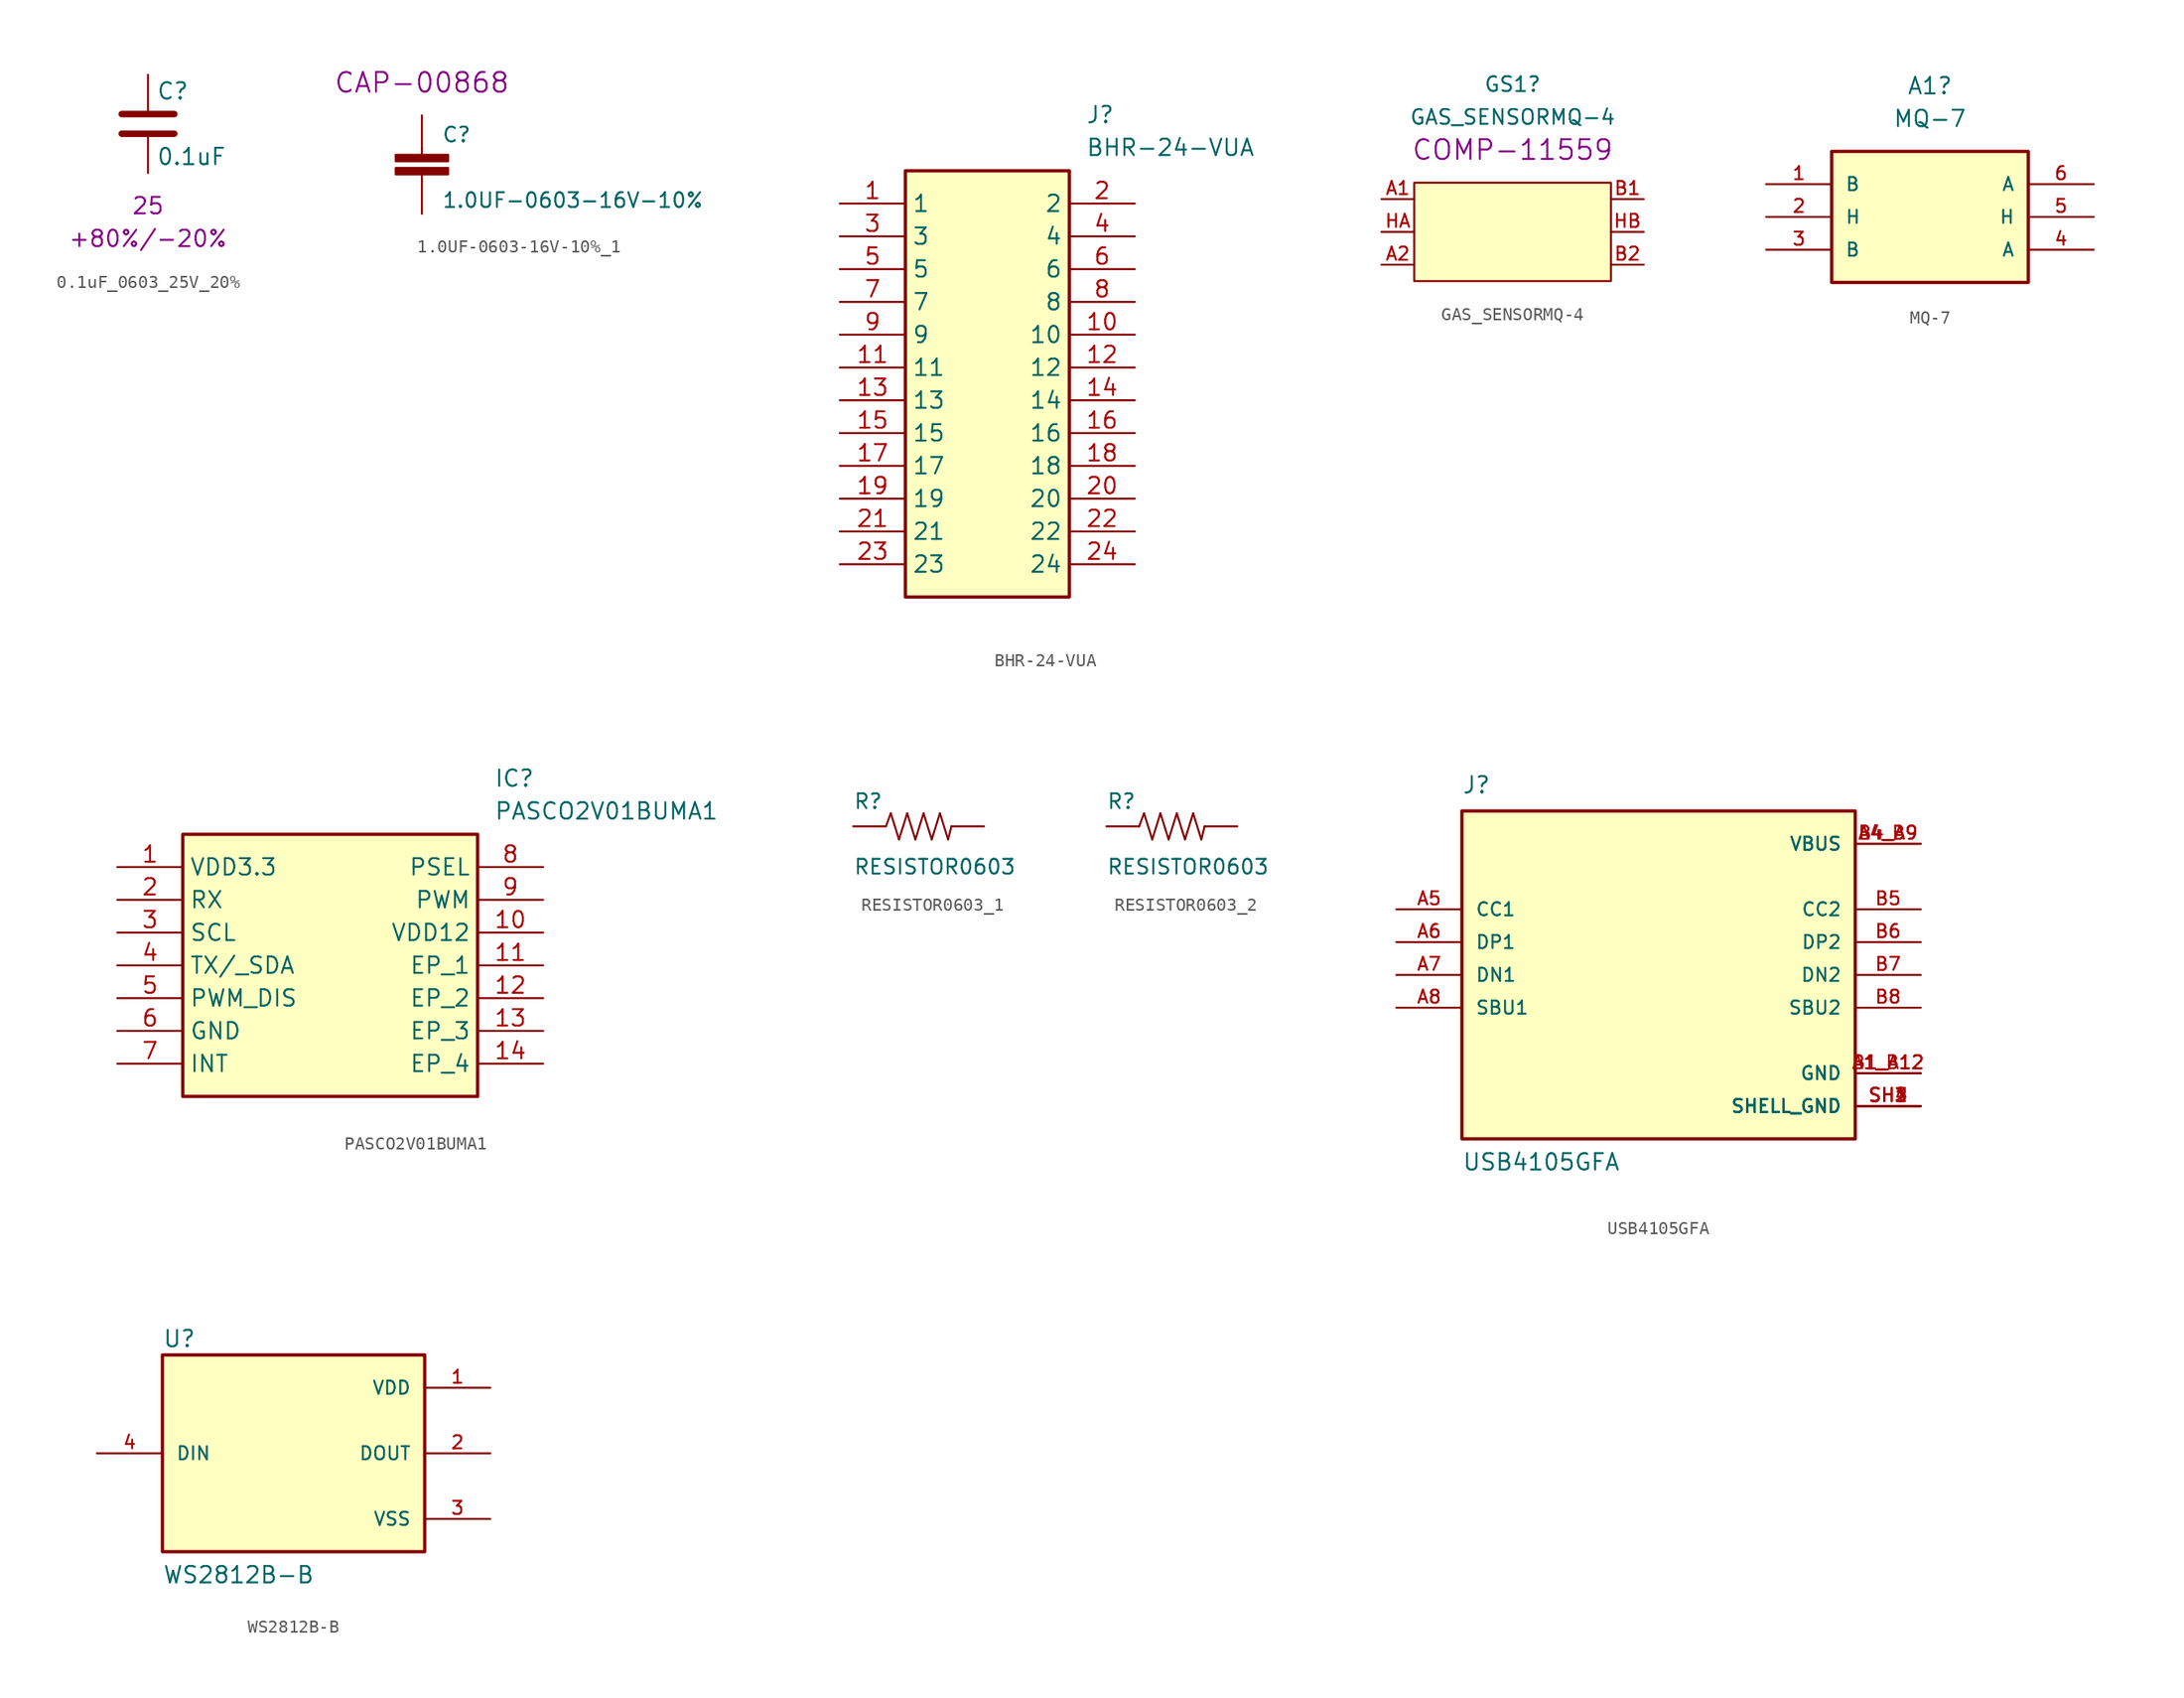
<source format=kicad_sym>
(kicad_symbol_lib
  (version 20220914)
  (generator kicad_symbol_editor)
  (symbol "0.1uF_0603_25V_20%"
    (pin_numbers hide)
    (pin_names
      (offset 0.254))
    (property "Reference" "C"
      (at 0.635 2.54 0)
      (effects (font (size 1.27 1.27)) (justify left)))
    (property "Value" "0.1uF"
      (at 0.635 -2.54 0)
      (effects (font (size 1.27 1.27)) (justify left)))
    (property "Voltage" "25"
      (at 0 -6.35 0)
      (effects (font (size 1.27 1.27))))
    (property "Tolerance" "+80%/-20%"
      (at 0 -8.89 0)
      (effects (font (size 1.27 1.27))))
    (symbol "0.1uF_0603_25V_20%_0_1"
      (polyline (pts (xy -2.032 -0.762) (xy 2.032 -0.762)) (stroke (width 0.508) (type default)) (fill (type none)))
      (polyline (pts (xy -2.032 0.762) (xy 2.032 0.762)) (stroke (width 0.508) (type default)) (fill (type none))))
    (symbol "0.1uF_0603_25V_20%_1_1"
      (pin passive line (at 0 3.81 270) (length 2.794) (name "~" (effects (font (size 1.27 1.27)))) (number "1" (effects (font (size 1.27 1.27)))))
      (pin passive line (at 0 -3.81 90) (length 2.794) (name "~" (effects (font (size 1.27 1.27)))) (number "2" (effects (font (size 1.27 1.27)))))))
  (symbol "1.0UF-0603-16V-10%_1"
    (pin_numbers hide)
    (pin_names
      (offset 1.016) hide)
    (property "Reference" "C"
      (at 1.524 2.921 0)
      (effects (font (size 1.143 1.143)) (justify left bottom)))
    (property "Value" "1.0UF-0603-16V-10%"
      (at 1.524 -2.159 0)
      (effects (font (size 1.143 1.143)) (justify left bottom)))
    (property "Field4" "CAP-00868"
      (at 0 7.62 0)
      (effects (font (size 1.524 1.524))))
    (property "ki_locked" ""
      (at 0 0 0)
      (effects (font (size 1.27 1.27))))
    (symbol "1.0UF-0603-16V-10%_1_1_0"
      (polyline (pts (xy 0 0) (xy 0 0.508)) (stroke (width 0) (type solid)) (fill (type none)))
      (polyline (pts (xy 0 2.54) (xy 0 2.032)) (stroke (width 0) (type solid)) (fill (type none))))
    (symbol "1.0UF-0603-16V-10%_1_1_1"
      (rectangle (start -2.032 0.508) (end 2.032 1.016) (stroke (width 0) (type solid)) (fill (type outline)))
      (rectangle (start -2.032 1.524) (end 2.032 2.032) (stroke (width 0) (type solid)) (fill (type outline)))
      (pin passive line (at 0 5.08 270) (length 2.54) (name "1" (effects (font (size 1.016 1.016)))) (number "1" (effects (font (size 1.016 1.016)))))
      (pin passive line (at 0 -2.54 90) (length 2.54) (name "2" (effects (font (size 1.016 1.016)))) (number "2" (effects (font (size 1.016 1.016)))))))
  (symbol "BHR-24-VUA"
    (property "Reference" "J"
      (at 19.05 7.62 0)
      (effects (font (size 1.27 1.27)) (justify left top)))
    (property "Value" "BHR-24-VUA"
      (at 19.05 5.08 0)
      (effects (font (size 1.27 1.27)) (justify left top)))
    (symbol "BHR-24-VUA_1_1"
      (rectangle (start 5.08 2.54) (end 17.78 -30.48) (stroke (width 0.254) (type default)) (fill (type background)))
      (pin passive line (at 0 0 0) (length 5.08) (name "1" (effects (font (size 1.27 1.27)))) (number "1" (effects (font (size 1.27 1.27)))))
      (pin passive line (at 22.86 -10.16 180) (length 5.08) (name "10" (effects (font (size 1.27 1.27)))) (number "10" (effects (font (size 1.27 1.27)))))
      (pin passive line (at 0 -12.7 0) (length 5.08) (name "11" (effects (font (size 1.27 1.27)))) (number "11" (effects (font (size 1.27 1.27)))))
      (pin passive line (at 22.86 -12.7 180) (length 5.08) (name "12" (effects (font (size 1.27 1.27)))) (number "12" (effects (font (size 1.27 1.27)))))
      (pin passive line (at 0 -15.24 0) (length 5.08) (name "13" (effects (font (size 1.27 1.27)))) (number "13" (effects (font (size 1.27 1.27)))))
      (pin passive line (at 22.86 -15.24 180) (length 5.08) (name "14" (effects (font (size 1.27 1.27)))) (number "14" (effects (font (size 1.27 1.27)))))
      (pin passive line (at 0 -17.78 0) (length 5.08) (name "15" (effects (font (size 1.27 1.27)))) (number "15" (effects (font (size 1.27 1.27)))))
      (pin passive line (at 22.86 -17.78 180) (length 5.08) (name "16" (effects (font (size 1.27 1.27)))) (number "16" (effects (font (size 1.27 1.27)))))
      (pin passive line (at 0 -20.32 0) (length 5.08) (name "17" (effects (font (size 1.27 1.27)))) (number "17" (effects (font (size 1.27 1.27)))))
      (pin passive line (at 22.86 -20.32 180) (length 5.08) (name "18" (effects (font (size 1.27 1.27)))) (number "18" (effects (font (size 1.27 1.27)))))
      (pin passive line (at 0 -22.86 0) (length 5.08) (name "19" (effects (font (size 1.27 1.27)))) (number "19" (effects (font (size 1.27 1.27)))))
      (pin passive line (at 22.86 0 180) (length 5.08) (name "2" (effects (font (size 1.27 1.27)))) (number "2" (effects (font (size 1.27 1.27)))))
      (pin passive line (at 22.86 -22.86 180) (length 5.08) (name "20" (effects (font (size 1.27 1.27)))) (number "20" (effects (font (size 1.27 1.27)))))
      (pin passive line (at 0 -25.4 0) (length 5.08) (name "21" (effects (font (size 1.27 1.27)))) (number "21" (effects (font (size 1.27 1.27)))))
      (pin passive line (at 22.86 -25.4 180) (length 5.08) (name "22" (effects (font (size 1.27 1.27)))) (number "22" (effects (font (size 1.27 1.27)))))
      (pin passive line (at 0 -27.94 0) (length 5.08) (name "23" (effects (font (size 1.27 1.27)))) (number "23" (effects (font (size 1.27 1.27)))))
      (pin passive line (at 22.86 -27.94 180) (length 5.08) (name "24" (effects (font (size 1.27 1.27)))) (number "24" (effects (font (size 1.27 1.27)))))
      (pin passive line (at 0 -2.54 0) (length 5.08) (name "3" (effects (font (size 1.27 1.27)))) (number "3" (effects (font (size 1.27 1.27)))))
      (pin passive line (at 22.86 -2.54 180) (length 5.08) (name "4" (effects (font (size 1.27 1.27)))) (number "4" (effects (font (size 1.27 1.27)))))
      (pin passive line (at 0 -5.08 0) (length 5.08) (name "5" (effects (font (size 1.27 1.27)))) (number "5" (effects (font (size 1.27 1.27)))))
      (pin passive line (at 22.86 -5.08 180) (length 5.08) (name "6" (effects (font (size 1.27 1.27)))) (number "6" (effects (font (size 1.27 1.27)))))
      (pin passive line (at 0 -7.62 0) (length 5.08) (name "7" (effects (font (size 1.27 1.27)))) (number "7" (effects (font (size 1.27 1.27)))))
      (pin passive line (at 22.86 -7.62 180) (length 5.08) (name "8" (effects (font (size 1.27 1.27)))) (number "8" (effects (font (size 1.27 1.27)))))
      (pin passive line (at 0 -10.16 0) (length 5.08) (name "9" (effects (font (size 1.27 1.27)))) (number "9" (effects (font (size 1.27 1.27)))))))
  (symbol "GAS_SENSORMQ-4"
    (pin_names
      (offset 1.016) hide)
    (property "Reference" "GS1"
      (at 0 12.7 0)
      (effects (font (size 1.143 1.143))))
    (property "Value" "GAS_SENSORMQ-4"
      (at 0 10.16 0)
      (effects (font (size 1.143 1.143))))
    (property "Field4" "COMP-11559"
      (at 0 7.62 0)
      (effects (font (size 1.524 1.524))))
    (property "ki_locked" ""
      (at 0 0 0)
      (effects (font (size 1.27 1.27))))
    (symbol "GAS_SENSORMQ-4_1_1"
      (polyline (pts (xy -7.62 5.08) (xy -7.62 -2.54) (xy 7.62 -2.54) (xy 7.62 5.08) (xy -7.62 5.08)) (stroke (width 0) (type solid)) (fill (type background)))
      (pin bidirectional line (at -10.16 3.81 0) (length 2.54) (name "A1" (effects (font (size 1.016 1.016)))) (number "A1" (effects (font (size 1.016 1.016)))))
      (pin bidirectional line (at -10.16 -1.27 0) (length 2.54) (name "A2" (effects (font (size 1.016 1.016)))) (number "A2" (effects (font (size 1.016 1.016)))))
      (pin bidirectional line (at 10.16 3.81 180) (length 2.54) (name "B1" (effects (font (size 1.016 1.016)))) (number "B1" (effects (font (size 1.016 1.016)))))
      (pin bidirectional line (at 10.16 -1.27 180) (length 2.54) (name "B2" (effects (font (size 1.016 1.016)))) (number "B2" (effects (font (size 1.016 1.016)))))
      (pin bidirectional line (at -10.16 1.27 0) (length 2.54) (name "H1" (effects (font (size 1.016 1.016)))) (number "HA" (effects (font (size 1.016 1.016)))))
      (pin bidirectional line (at 10.16 1.27 180) (length 2.54) (name "H2" (effects (font (size 1.016 1.016)))) (number "HB" (effects (font (size 1.016 1.016)))))))
  (symbol "MQ-7"
    (pin_names
      (offset 1.016))
    (property "Reference" "A1"
      (at 0 10.16 0)
      (effects (font (size 1.27 1.27))))
    (property "Value" "MQ-7"
      (at 0 7.62 0)
      (effects (font (size 1.27 1.27))))
    (symbol "MQ-7_0_0"
      (rectangle (start -7.62 -5.08) (end 7.62 5.08) (stroke (width 0.254) (type default)) (fill (type background)))
      (pin output line (at -12.7 2.54 0) (length 5.08) (name "B" (effects (font (size 1.016 1.016)))) (number "1" (effects (font (size 1.016 1.016)))))
      (pin power_in line (at -12.7 0 0) (length 5.08) (name "H" (effects (font (size 1.016 1.016)))) (number "2" (effects (font (size 1.016 1.016)))))
      (pin output line (at -12.7 -2.54 0) (length 5.08) (name "B" (effects (font (size 1.016 1.016)))) (number "3" (effects (font (size 1.016 1.016)))))
      (pin input line (at 12.7 -2.54 180) (length 5.08) (name "A" (effects (font (size 1.016 1.016)))) (number "4" (effects (font (size 1.016 1.016)))))
      (pin power_in line (at 12.7 0 180) (length 5.08) (name "H" (effects (font (size 1.016 1.016)))) (number "5" (effects (font (size 1.016 1.016)))))
      (pin input line (at 12.7 2.54 180) (length 5.08) (name "A" (effects (font (size 1.016 1.016)))) (number "6" (effects (font (size 1.016 1.016)))))))
  (symbol "PASCO2V01BUMA1"
    (property "Reference" "IC"
      (at 29.21 7.62 0)
      (effects (font (size 1.27 1.27)) (justify left top)))
    (property "Value" "PASCO2V01BUMA1"
      (at 29.21 5.08 0)
      (effects (font (size 1.27 1.27)) (justify left top)))
    (symbol "PASCO2V01BUMA1_1_1"
      (rectangle (start 5.08 2.54) (end 27.94 -17.78) (stroke (width 0.254) (type default)) (fill (type background)))
      (pin passive line (at 0 0 0) (length 5.08) (name "VDD3.3" (effects (font (size 1.27 1.27)))) (number "1" (effects (font (size 1.27 1.27)))))
      (pin passive line (at 33.02 -5.08 180) (length 5.08) (name "VDD12" (effects (font (size 1.27 1.27)))) (number "10" (effects (font (size 1.27 1.27)))))
      (pin passive line (at 33.02 -7.62 180) (length 5.08) (name "EP_1" (effects (font (size 1.27 1.27)))) (number "11" (effects (font (size 1.27 1.27)))))
      (pin passive line (at 33.02 -10.16 180) (length 5.08) (name "EP_2" (effects (font (size 1.27 1.27)))) (number "12" (effects (font (size 1.27 1.27)))))
      (pin passive line (at 33.02 -12.7 180) (length 5.08) (name "EP_3" (effects (font (size 1.27 1.27)))) (number "13" (effects (font (size 1.27 1.27)))))
      (pin passive line (at 33.02 -15.24 180) (length 5.08) (name "EP_4" (effects (font (size 1.27 1.27)))) (number "14" (effects (font (size 1.27 1.27)))))
      (pin passive line (at 0 -2.54 0) (length 5.08) (name "RX" (effects (font (size 1.27 1.27)))) (number "2" (effects (font (size 1.27 1.27)))))
      (pin passive line (at 0 -5.08 0) (length 5.08) (name "SCL" (effects (font (size 1.27 1.27)))) (number "3" (effects (font (size 1.27 1.27)))))
      (pin passive line (at 0 -7.62 0) (length 5.08) (name "TX/_SDA" (effects (font (size 1.27 1.27)))) (number "4" (effects (font (size 1.27 1.27)))))
      (pin passive line (at 0 -10.16 0) (length 5.08) (name "PWM_DIS" (effects (font (size 1.27 1.27)))) (number "5" (effects (font (size 1.27 1.27)))))
      (pin passive line (at 0 -12.7 0) (length 5.08) (name "GND" (effects (font (size 1.27 1.27)))) (number "6" (effects (font (size 1.27 1.27)))))
      (pin passive line (at 0 -15.24 0) (length 5.08) (name "INT" (effects (font (size 1.27 1.27)))) (number "7" (effects (font (size 1.27 1.27)))))
      (pin passive line (at 33.02 0 180) (length 5.08) (name "PSEL" (effects (font (size 1.27 1.27)))) (number "8" (effects (font (size 1.27 1.27)))))
      (pin passive line (at 33.02 -2.54 180) (length 5.08) (name "PWM" (effects (font (size 1.27 1.27)))) (number "9" (effects (font (size 1.27 1.27)))))))
  (symbol "RESISTOR0603_1"
    (pin_numbers hide)
    (pin_names
      (offset 1.016) hide)
    (property "Reference" "R"
      (at -5.08 1.27 0)
      (effects (font (size 1.143 1.143)) (justify left bottom)))
    (property "Value" "RESISTOR0603"
      (at -5.08 -3.81 0)
      (effects (font (size 1.143 1.143)) (justify left bottom)))
    (property "Field4" " "
      (at 0 5.08 0)
      (effects (font (size 1.524 1.524))))
    (property "ki_locked" ""
      (at 0 0 0)
      (effects (font (size 1.27 1.27))))
    (symbol "RESISTOR0603_1_1_0"
      (polyline (pts (xy -2.54 0) (xy -2.159 1.016)) (stroke (width 0) (type solid)) (fill (type none)))
      (polyline (pts (xy -2.159 1.016) (xy -1.524 -1.016)) (stroke (width 0) (type solid)) (fill (type none)))
      (polyline (pts (xy -1.524 -1.016) (xy -0.889 1.016)) (stroke (width 0) (type solid)) (fill (type none)))
      (polyline (pts (xy -0.889 1.016) (xy -0.254 -1.016)) (stroke (width 0) (type solid)) (fill (type none)))
      (polyline (pts (xy -0.254 -1.016) (xy 0.381 1.016)) (stroke (width 0) (type solid)) (fill (type none)))
      (polyline (pts (xy 0.381 1.016) (xy 1.016 -1.016)) (stroke (width 0) (type solid)) (fill (type none)))
      (polyline (pts (xy 1.016 -1.016) (xy 1.651 1.016)) (stroke (width 0) (type solid)) (fill (type none)))
      (polyline (pts (xy 1.651 1.016) (xy 2.286 -1.016)) (stroke (width 0) (type solid)) (fill (type none)))
      (polyline (pts (xy 2.286 -1.016) (xy 2.54 0)) (stroke (width 0) (type solid)) (fill (type none))))
    (symbol "RESISTOR0603_1_1_1"
      (pin passive line (at -5.08 0 0) (length 2.54) (name "1" (effects (font (size 1.016 1.016)))) (number "1" (effects (font (size 1.016 1.016)))))
      (pin passive line (at 5.08 0 180) (length 2.54) (name "2" (effects (font (size 1.016 1.016)))) (number "2" (effects (font (size 1.016 1.016)))))))
  (symbol "RESISTOR0603_2"
    (pin_numbers hide)
    (pin_names
      (offset 1.016) hide)
    (property "Reference" "R"
      (at -5.08 1.27 0)
      (effects (font (size 1.143 1.143)) (justify left bottom)))
    (property "Value" "RESISTOR0603"
      (at -5.08 -3.81 0)
      (effects (font (size 1.143 1.143)) (justify left bottom)))
    (property "Field4" " "
      (at 0 5.08 0)
      (effects (font (size 1.524 1.524))))
    (property "ki_locked" ""
      (at 0 0 0)
      (effects (font (size 1.27 1.27))))
    (symbol "RESISTOR0603_2_1_0"
      (polyline (pts (xy -2.54 0) (xy -2.159 1.016)) (stroke (width 0) (type solid)) (fill (type none)))
      (polyline (pts (xy -2.159 1.016) (xy -1.524 -1.016)) (stroke (width 0) (type solid)) (fill (type none)))
      (polyline (pts (xy -1.524 -1.016) (xy -0.889 1.016)) (stroke (width 0) (type solid)) (fill (type none)))
      (polyline (pts (xy -0.889 1.016) (xy -0.254 -1.016)) (stroke (width 0) (type solid)) (fill (type none)))
      (polyline (pts (xy -0.254 -1.016) (xy 0.381 1.016)) (stroke (width 0) (type solid)) (fill (type none)))
      (polyline (pts (xy 0.381 1.016) (xy 1.016 -1.016)) (stroke (width 0) (type solid)) (fill (type none)))
      (polyline (pts (xy 1.016 -1.016) (xy 1.651 1.016)) (stroke (width 0) (type solid)) (fill (type none)))
      (polyline (pts (xy 1.651 1.016) (xy 2.286 -1.016)) (stroke (width 0) (type solid)) (fill (type none)))
      (polyline (pts (xy 2.286 -1.016) (xy 2.54 0)) (stroke (width 0) (type solid)) (fill (type none))))
    (symbol "RESISTOR0603_2_1_1"
      (pin passive line (at -5.08 0 0) (length 2.54) (name "1" (effects (font (size 1.016 1.016)))) (number "1" (effects (font (size 1.016 1.016)))))
      (pin passive line (at 5.08 0 180) (length 2.54) (name "2" (effects (font (size 1.016 1.016)))) (number "2" (effects (font (size 1.016 1.016)))))))
  (symbol "USB4105GFA"
    (pin_names
      (offset 1.016))
    (property "Reference" "J"
      (at -15.24 13.97 0)
      (effects (font (size 1.27 1.27)) (justify left bottom)))
    (property "Value" "USB4105GFA"
      (at -15.24 -15.24 0)
      (effects (font (size 1.27 1.27)) (justify left bottom)))
    (symbol "USB4105GFA_0_0"
      (rectangle (start -15.24 -12.7) (end 15.24 12.7) (stroke (width 0.254) (type default)) (fill (type background)))
      (pin power_in line (at 20.32 -7.62 180) (length 5.08) (name "GND" (effects (font (size 1.016 1.016)))) (number "A1_B12" (effects (font (size 1.016 1.016)))))
      (pin power_in line (at 20.32 10.16 180) (length 5.08) (name "VBUS" (effects (font (size 1.016 1.016)))) (number "A4_B9" (effects (font (size 1.016 1.016)))))
      (pin bidirectional line (at -20.32 5.08 0) (length 5.08) (name "CC1" (effects (font (size 1.016 1.016)))) (number "A5" (effects (font (size 1.016 1.016)))))
      (pin bidirectional line (at -20.32 2.54 0) (length 5.08) (name "DP1" (effects (font (size 1.016 1.016)))) (number "A6" (effects (font (size 1.016 1.016)))))
      (pin bidirectional line (at -20.32 0 0) (length 5.08) (name "DN1" (effects (font (size 1.016 1.016)))) (number "A7" (effects (font (size 1.016 1.016)))))
      (pin bidirectional line (at -20.32 -2.54 0) (length 5.08) (name "SBU1" (effects (font (size 1.016 1.016)))) (number "A8" (effects (font (size 1.016 1.016)))))
      (pin power_in line (at 20.32 -7.62 180) (length 5.08) (name "GND" (effects (font (size 1.016 1.016)))) (number "B1_A12" (effects (font (size 1.016 1.016)))))
      (pin power_in line (at 20.32 10.16 180) (length 5.08) (name "VBUS" (effects (font (size 1.016 1.016)))) (number "B4_A9" (effects (font (size 1.016 1.016)))))
      (pin bidirectional line (at 20.32 5.08 180) (length 5.08) (name "CC2" (effects (font (size 1.016 1.016)))) (number "B5" (effects (font (size 1.016 1.016)))))
      (pin bidirectional line (at 20.32 2.54 180) (length 5.08) (name "DP2" (effects (font (size 1.016 1.016)))) (number "B6" (effects (font (size 1.016 1.016)))))
      (pin bidirectional line (at 20.32 0 180) (length 5.08) (name "DN2" (effects (font (size 1.016 1.016)))) (number "B7" (effects (font (size 1.016 1.016)))))
      (pin bidirectional line (at 20.32 -2.54 180) (length 5.08) (name "SBU2" (effects (font (size 1.016 1.016)))) (number "B8" (effects (font (size 1.016 1.016)))))
      (pin power_in line (at 20.32 -10.16 180) (length 5.08) (name "SHELL_GND" (effects (font (size 1.016 1.016)))) (number "SH1" (effects (font (size 1.016 1.016)))))
      (pin power_in line (at 20.32 -10.16 180) (length 5.08) (name "SHELL_GND" (effects (font (size 1.016 1.016)))) (number "SH2" (effects (font (size 1.016 1.016)))))
      (pin power_in line (at 20.32 -10.16 180) (length 5.08) (name "SHELL_GND" (effects (font (size 1.016 1.016)))) (number "SH3" (effects (font (size 1.016 1.016)))))
      (pin power_in line (at 20.32 -10.16 180) (length 5.08) (name "SHELL_GND" (effects (font (size 1.016 1.016)))) (number "SH4" (effects (font (size 1.016 1.016)))))))
  (symbol "WS2812B-B"
    (pin_names
      (offset 1.016))
    (property "Reference" "U"
      (at -10.16 8.128 0)
      (effects (font (size 1.27 1.27)) (justify left bottom)))
    (property "Value" "WS2812B-B"
      (at -10.16 -10.16 0)
      (effects (font (size 1.27 1.27)) (justify left bottom)))
    (symbol "WS2812B-B_0_0"
      (rectangle (start -10.16 -7.62) (end 10.16 7.62) (stroke (width 0.254) (type default)) (fill (type background)))
      (pin power_in line (at 15.24 5.08 180) (length 5.08) (name "VDD" (effects (font (size 1.016 1.016)))) (number "1" (effects (font (size 1.016 1.016)))))
      (pin output line (at 15.24 0 180) (length 5.08) (name "DOUT" (effects (font (size 1.016 1.016)))) (number "2" (effects (font (size 1.016 1.016)))))
      (pin power_in line (at 15.24 -5.08 180) (length 5.08) (name "VSS" (effects (font (size 1.016 1.016)))) (number "3" (effects (font (size 1.016 1.016)))))
      (pin input line (at -15.24 0 0) (length 5.08) (name "DIN" (effects (font (size 1.016 1.016)))) (number "4" (effects (font (size 1.016 1.016))))))))
</source>
